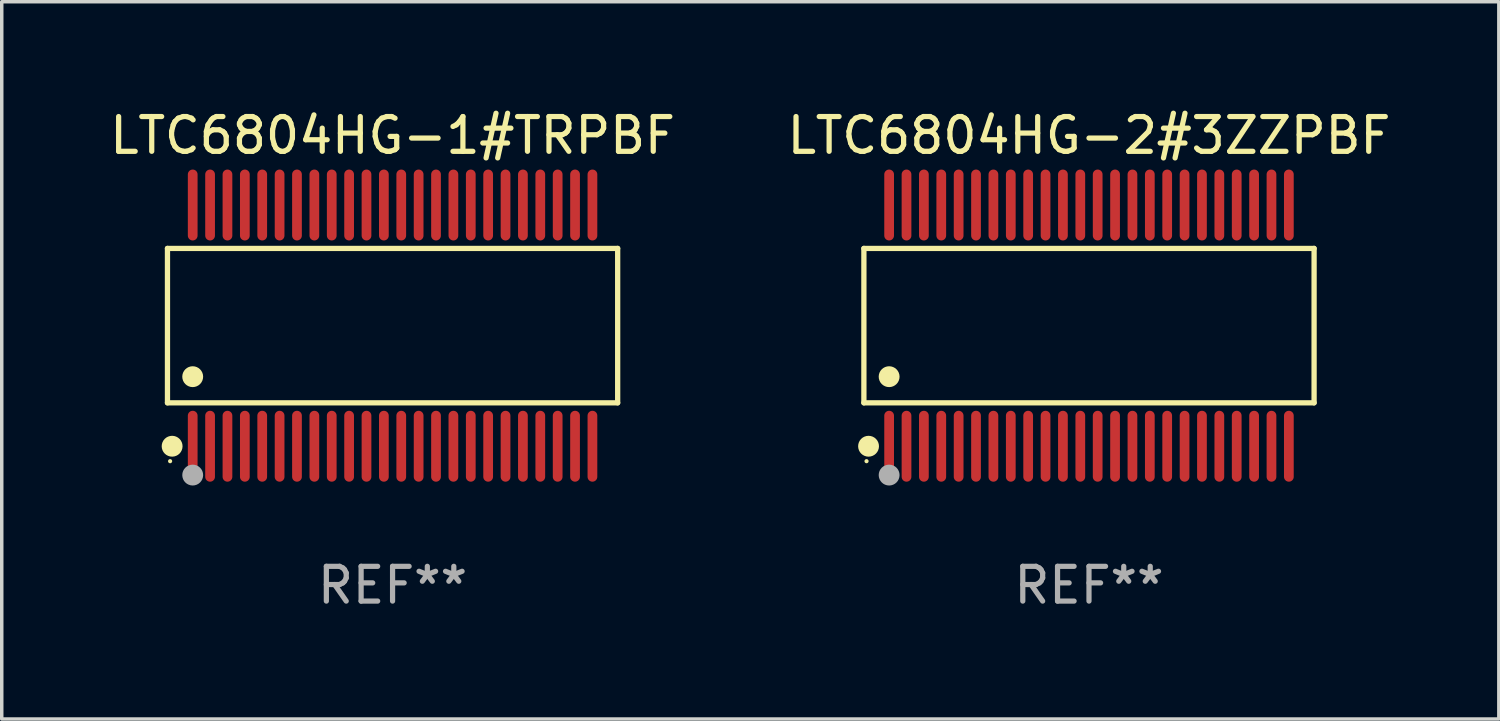
<source format=kicad_pcb>
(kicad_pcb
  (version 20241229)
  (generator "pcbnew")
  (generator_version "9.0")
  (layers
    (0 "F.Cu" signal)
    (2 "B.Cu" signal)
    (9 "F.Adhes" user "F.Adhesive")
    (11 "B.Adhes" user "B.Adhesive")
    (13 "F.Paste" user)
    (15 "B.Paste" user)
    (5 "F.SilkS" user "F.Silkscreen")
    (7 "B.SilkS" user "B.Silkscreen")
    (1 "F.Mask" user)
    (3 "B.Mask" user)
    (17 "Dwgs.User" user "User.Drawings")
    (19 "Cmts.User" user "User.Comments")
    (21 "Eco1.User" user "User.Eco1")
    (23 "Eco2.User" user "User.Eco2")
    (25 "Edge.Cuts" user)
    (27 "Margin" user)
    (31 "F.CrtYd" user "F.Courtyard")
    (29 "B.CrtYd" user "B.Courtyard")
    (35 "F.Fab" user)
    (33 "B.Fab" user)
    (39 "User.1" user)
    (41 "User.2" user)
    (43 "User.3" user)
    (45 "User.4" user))
  (footprint "LTC6804HG-2#3ZZPBF"
    (layer "F.Cu")
    (at 28.28 6.318)
    (property "Reference" "LTC6804HG-2#3ZZPBF" (at 0 -5.47 0) (layer "F.SilkS") (effects (font (size 1 1) (thickness 0.15))))
    (attr through_hole)
    (fp_line (start -6.476 -2.221) (end 6.476 -2.221) (stroke (width 0.152) (type solid)) (layer "F.SilkS"))
    (fp_line (start -6.476 2.221) (end -6.476 -2.221) (stroke (width 0.152) (type solid)) (layer "F.SilkS"))
    (fp_line (start 6.476 -2.221) (end 6.476 2.221) (stroke (width 0.152) (type solid)) (layer "F.SilkS"))
    (fp_line (start 6.476 2.221) (end -6.476 2.221) (stroke (width 0.152) (type solid)) (layer "F.SilkS"))
    (fp_circle (center -6.4 3.9) (end -6.37 3.9) (stroke (width 0.06) (type solid)) (fill no) (layer "F.SilkS"))
    (fp_circle (center -6.342 3.47) (end -6.192 3.47) (stroke (width 0.3) (type solid)) (fill no) (layer "F.SilkS"))
    (fp_circle (center -5.75 1.469) (end -5.6 1.469) (stroke (width 0.3) (type solid)) (fill no) (layer "F.SilkS"))
    (fp_circle (center -5.75 4.3) (end -5.6 4.3) (stroke (width 0.3) (type solid)) (fill no) (layer "F.Fab"))
    (fp_text user "REF**" (at 0 7.47 0) (layer "F.Fab") (effects (font (size 1 1) (thickness 0.15))))
    (pad "1" smd oval (at -5.75 3.47) (size 0.28 2.04) (layers "F.Cu" "F.Mask" "F.Paste"))
    (pad "2" smd oval (at -5.25 3.47) (size 0.28 2.04) (layers "F.Cu" "F.Mask" "F.Paste"))
    (pad "3" smd oval (at -4.75 3.47) (size 0.28 2.04) (layers "F.Cu" "F.Mask" "F.Paste"))
    (pad "4" smd oval (at -4.25 3.47) (size 0.28 2.04) (layers "F.Cu" "F.Mask" "F.Paste"))
    (pad "5" smd oval (at -3.75 3.47) (size 0.28 2.04) (layers "F.Cu" "F.Mask" "F.Paste"))
    (pad "6" smd oval (at -3.25 3.47) (size 0.28 2.04) (layers "F.Cu" "F.Mask" "F.Paste"))
    (pad "7" smd oval (at -2.75 3.47) (size 0.28 2.04) (layers "F.Cu" "F.Mask" "F.Paste"))
    (pad "8" smd oval (at -2.25 3.47) (size 0.28 2.04) (layers "F.Cu" "F.Mask" "F.Paste"))
    (pad "9" smd oval (at -1.75 3.47) (size 0.28 2.04) (layers "F.Cu" "F.Mask" "F.Paste"))
    (pad "10" smd oval (at -1.25 3.47) (size 0.28 2.04) (layers "F.Cu" "F.Mask" "F.Paste"))
    (pad "11" smd oval (at -0.75 3.47) (size 0.28 2.04) (layers "F.Cu" "F.Mask" "F.Paste"))
    (pad "12" smd oval (at -0.25 3.47) (size 0.28 2.04) (layers "F.Cu" "F.Mask" "F.Paste"))
    (pad "13" smd oval (at 0.25 3.47) (size 0.28 2.04) (layers "F.Cu" "F.Mask" "F.Paste"))
    (pad "14" smd oval (at 0.75 3.47) (size 0.28 2.04) (layers "F.Cu" "F.Mask" "F.Paste"))
    (pad "15" smd oval (at 1.25 3.47) (size 0.28 2.04) (layers "F.Cu" "F.Mask" "F.Paste"))
    (pad "16" smd oval (at 1.75 3.47) (size 0.28 2.04) (layers "F.Cu" "F.Mask" "F.Paste"))
    (pad "17" smd oval (at 2.25 3.47) (size 0.28 2.04) (layers "F.Cu" "F.Mask" "F.Paste"))
    (pad "18" smd oval (at 2.75 3.47) (size 0.28 2.04) (layers "F.Cu" "F.Mask" "F.Paste"))
    (pad "19" smd oval (at 3.25 3.47) (size 0.28 2.04) (layers "F.Cu" "F.Mask" "F.Paste"))
    (pad "20" smd oval (at 3.75 3.47) (size 0.28 2.04) (layers "F.Cu" "F.Mask" "F.Paste"))
    (pad "21" smd oval (at 4.25 3.47) (size 0.28 2.04) (layers "F.Cu" "F.Mask" "F.Paste"))
    (pad "22" smd oval (at 4.75 3.47) (size 0.28 2.04) (layers "F.Cu" "F.Mask" "F.Paste"))
    (pad "23" smd oval (at 5.25 3.47) (size 0.28 2.04) (layers "F.Cu" "F.Mask" "F.Paste"))
    (pad "24" smd oval (at 5.75 3.47) (size 0.28 2.04) (layers "F.Cu" "F.Mask" "F.Paste"))
    (pad "25" smd oval (at 5.75 -3.47) (size 0.28 2.04) (layers "F.Cu" "F.Mask" "F.Paste"))
    (pad "26" smd oval (at 5.25 -3.47) (size 0.28 2.04) (layers "F.Cu" "F.Mask" "F.Paste"))
    (pad "27" smd oval (at 4.75 -3.47) (size 0.28 2.04) (layers "F.Cu" "F.Mask" "F.Paste"))
    (pad "28" smd oval (at 4.25 -3.47) (size 0.28 2.04) (layers "F.Cu" "F.Mask" "F.Paste"))
    (pad "29" smd oval (at 3.75 -3.47) (size 0.28 2.04) (layers "F.Cu" "F.Mask" "F.Paste"))
    (pad "30" smd oval (at 3.25 -3.47) (size 0.28 2.04) (layers "F.Cu" "F.Mask" "F.Paste"))
    (pad "31" smd oval (at 2.75 -3.47) (size 0.28 2.04) (layers "F.Cu" "F.Mask" "F.Paste"))
    (pad "32" smd oval (at 2.25 -3.47) (size 0.28 2.04) (layers "F.Cu" "F.Mask" "F.Paste"))
    (pad "33" smd oval (at 1.75 -3.47) (size 0.28 2.04) (layers "F.Cu" "F.Mask" "F.Paste"))
    (pad "34" smd oval (at 1.25 -3.47) (size 0.28 2.04) (layers "F.Cu" "F.Mask" "F.Paste"))
    (pad "35" smd oval (at 0.75 -3.47) (size 0.28 2.04) (layers "F.Cu" "F.Mask" "F.Paste"))
    (pad "36" smd oval (at 0.25 -3.47) (size 0.28 2.04) (layers "F.Cu" "F.Mask" "F.Paste"))
    (pad "37" smd oval (at -0.25 -3.47) (size 0.28 2.04) (layers "F.Cu" "F.Mask" "F.Paste"))
    (pad "38" smd oval (at -0.75 -3.47) (size 0.28 2.04) (layers "F.Cu" "F.Mask" "F.Paste"))
    (pad "39" smd oval (at -1.25 -3.47) (size 0.28 2.04) (layers "F.Cu" "F.Mask" "F.Paste"))
    (pad "40" smd oval (at -1.75 -3.47) (size 0.28 2.04) (layers "F.Cu" "F.Mask" "F.Paste"))
    (pad "41" smd oval (at -2.25 -3.47) (size 0.28 2.04) (layers "F.Cu" "F.Mask" "F.Paste"))
    (pad "42" smd oval (at -2.75 -3.47) (size 0.28 2.04) (layers "F.Cu" "F.Mask" "F.Paste"))
    (pad "43" smd oval (at -3.25 -3.47) (size 0.28 2.04) (layers "F.Cu" "F.Mask" "F.Paste"))
    (pad "44" smd oval (at -3.75 -3.47) (size 0.28 2.04) (layers "F.Cu" "F.Mask" "F.Paste"))
    (pad "45" smd oval (at -4.25 -3.47) (size 0.28 2.04) (layers "F.Cu" "F.Mask" "F.Paste"))
    (pad "46" smd oval (at -4.75 -3.47) (size 0.28 2.04) (layers "F.Cu" "F.Mask" "F.Paste"))
    (pad "47" smd oval (at -5.25 -3.47) (size 0.28 2.04) (layers "F.Cu" "F.Mask" "F.Paste"))
    (pad "48" smd oval (at -5.75 -3.47) (size 0.28 2.04) (layers "F.Cu" "F.Mask" "F.Paste")))
  (footprint "LTC6804HG-1#TRPBF"
    (layer "F.Cu")
    (at 8.244 6.318)
    (property "Reference" "LTC6804HG-1#TRPBF" (at 0 -5.47 0) (layer "F.SilkS") (effects (font (size 1 1) (thickness 0.15))))
    (attr through_hole)
    (fp_line (start -6.476 -2.221) (end 6.476 -2.221) (stroke (width 0.152) (type solid)) (layer "F.SilkS"))
    (fp_line (start -6.476 2.221) (end -6.476 -2.221) (stroke (width 0.152) (type solid)) (layer "F.SilkS"))
    (fp_line (start 6.476 -2.221) (end 6.476 2.221) (stroke (width 0.152) (type solid)) (layer "F.SilkS"))
    (fp_line (start 6.476 2.221) (end -6.476 2.221) (stroke (width 0.152) (type solid)) (layer "F.SilkS"))
    (fp_circle (center -6.4 3.9) (end -6.37 3.9) (stroke (width 0.06) (type solid)) (fill no) (layer "F.SilkS"))
    (fp_circle (center -6.342 3.47) (end -6.192 3.47) (stroke (width 0.3) (type solid)) (fill no) (layer "F.SilkS"))
    (fp_circle (center -5.75 1.469) (end -5.6 1.469) (stroke (width 0.3) (type solid)) (fill no) (layer "F.SilkS"))
    (fp_circle (center -5.75 4.3) (end -5.6 4.3) (stroke (width 0.3) (type solid)) (fill no) (layer "F.Fab"))
    (fp_text user "REF**" (at 0 7.47 0) (layer "F.Fab") (effects (font (size 1 1) (thickness 0.15))))
    (pad "1" smd oval (at -5.75 3.47) (size 0.28 2.04) (layers "F.Cu" "F.Mask" "F.Paste"))
    (pad "2" smd oval (at -5.25 3.47) (size 0.28 2.04) (layers "F.Cu" "F.Mask" "F.Paste"))
    (pad "3" smd oval (at -4.75 3.47) (size 0.28 2.04) (layers "F.Cu" "F.Mask" "F.Paste"))
    (pad "4" smd oval (at -4.25 3.47) (size 0.28 2.04) (layers "F.Cu" "F.Mask" "F.Paste"))
    (pad "5" smd oval (at -3.75 3.47) (size 0.28 2.04) (layers "F.Cu" "F.Mask" "F.Paste"))
    (pad "6" smd oval (at -3.25 3.47) (size 0.28 2.04) (layers "F.Cu" "F.Mask" "F.Paste"))
    (pad "7" smd oval (at -2.75 3.47) (size 0.28 2.04) (layers "F.Cu" "F.Mask" "F.Paste"))
    (pad "8" smd oval (at -2.25 3.47) (size 0.28 2.04) (layers "F.Cu" "F.Mask" "F.Paste"))
    (pad "9" smd oval (at -1.75 3.47) (size 0.28 2.04) (layers "F.Cu" "F.Mask" "F.Paste"))
    (pad "10" smd oval (at -1.25 3.47) (size 0.28 2.04) (layers "F.Cu" "F.Mask" "F.Paste"))
    (pad "11" smd oval (at -0.75 3.47) (size 0.28 2.04) (layers "F.Cu" "F.Mask" "F.Paste"))
    (pad "12" smd oval (at -0.25 3.47) (size 0.28 2.04) (layers "F.Cu" "F.Mask" "F.Paste"))
    (pad "13" smd oval (at 0.25 3.47) (size 0.28 2.04) (layers "F.Cu" "F.Mask" "F.Paste"))
    (pad "14" smd oval (at 0.75 3.47) (size 0.28 2.04) (layers "F.Cu" "F.Mask" "F.Paste"))
    (pad "15" smd oval (at 1.25 3.47) (size 0.28 2.04) (layers "F.Cu" "F.Mask" "F.Paste"))
    (pad "16" smd oval (at 1.75 3.47) (size 0.28 2.04) (layers "F.Cu" "F.Mask" "F.Paste"))
    (pad "17" smd oval (at 2.25 3.47) (size 0.28 2.04) (layers "F.Cu" "F.Mask" "F.Paste"))
    (pad "18" smd oval (at 2.75 3.47) (size 0.28 2.04) (layers "F.Cu" "F.Mask" "F.Paste"))
    (pad "19" smd oval (at 3.25 3.47) (size 0.28 2.04) (layers "F.Cu" "F.Mask" "F.Paste"))
    (pad "20" smd oval (at 3.75 3.47) (size 0.28 2.04) (layers "F.Cu" "F.Mask" "F.Paste"))
    (pad "21" smd oval (at 4.25 3.47) (size 0.28 2.04) (layers "F.Cu" "F.Mask" "F.Paste"))
    (pad "22" smd oval (at 4.75 3.47) (size 0.28 2.04) (layers "F.Cu" "F.Mask" "F.Paste"))
    (pad "23" smd oval (at 5.25 3.47) (size 0.28 2.04) (layers "F.Cu" "F.Mask" "F.Paste"))
    (pad "24" smd oval (at 5.75 3.47) (size 0.28 2.04) (layers "F.Cu" "F.Mask" "F.Paste"))
    (pad "25" smd oval (at 5.75 -3.47) (size 0.28 2.04) (layers "F.Cu" "F.Mask" "F.Paste"))
    (pad "26" smd oval (at 5.25 -3.47) (size 0.28 2.04) (layers "F.Cu" "F.Mask" "F.Paste"))
    (pad "27" smd oval (at 4.75 -3.47) (size 0.28 2.04) (layers "F.Cu" "F.Mask" "F.Paste"))
    (pad "28" smd oval (at 4.25 -3.47) (size 0.28 2.04) (layers "F.Cu" "F.Mask" "F.Paste"))
    (pad "29" smd oval (at 3.75 -3.47) (size 0.28 2.04) (layers "F.Cu" "F.Mask" "F.Paste"))
    (pad "30" smd oval (at 3.25 -3.47) (size 0.28 2.04) (layers "F.Cu" "F.Mask" "F.Paste"))
    (pad "31" smd oval (at 2.75 -3.47) (size 0.28 2.04) (layers "F.Cu" "F.Mask" "F.Paste"))
    (pad "32" smd oval (at 2.25 -3.47) (size 0.28 2.04) (layers "F.Cu" "F.Mask" "F.Paste"))
    (pad "33" smd oval (at 1.75 -3.47) (size 0.28 2.04) (layers "F.Cu" "F.Mask" "F.Paste"))
    (pad "34" smd oval (at 1.25 -3.47) (size 0.28 2.04) (layers "F.Cu" "F.Mask" "F.Paste"))
    (pad "35" smd oval (at 0.75 -3.47) (size 0.28 2.04) (layers "F.Cu" "F.Mask" "F.Paste"))
    (pad "36" smd oval (at 0.25 -3.47) (size 0.28 2.04) (layers "F.Cu" "F.Mask" "F.Paste"))
    (pad "37" smd oval (at -0.25 -3.47) (size 0.28 2.04) (layers "F.Cu" "F.Mask" "F.Paste"))
    (pad "38" smd oval (at -0.75 -3.47) (size 0.28 2.04) (layers "F.Cu" "F.Mask" "F.Paste"))
    (pad "39" smd oval (at -1.25 -3.47) (size 0.28 2.04) (layers "F.Cu" "F.Mask" "F.Paste"))
    (pad "40" smd oval (at -1.75 -3.47) (size 0.28 2.04) (layers "F.Cu" "F.Mask" "F.Paste"))
    (pad "41" smd oval (at -2.25 -3.47) (size 0.28 2.04) (layers "F.Cu" "F.Mask" "F.Paste"))
    (pad "42" smd oval (at -2.75 -3.47) (size 0.28 2.04) (layers "F.Cu" "F.Mask" "F.Paste"))
    (pad "43" smd oval (at -3.25 -3.47) (size 0.28 2.04) (layers "F.Cu" "F.Mask" "F.Paste"))
    (pad "44" smd oval (at -3.75 -3.47) (size 0.28 2.04) (layers "F.Cu" "F.Mask" "F.Paste"))
    (pad "45" smd oval (at -4.25 -3.47) (size 0.28 2.04) (layers "F.Cu" "F.Mask" "F.Paste"))
    (pad "46" smd oval (at -4.75 -3.47) (size 0.28 2.04) (layers "F.Cu" "F.Mask" "F.Paste"))
    (pad "47" smd oval (at -5.25 -3.47) (size 0.28 2.04) (layers "F.Cu" "F.Mask" "F.Paste"))
    (pad "48" smd oval (at -5.75 -3.47) (size 0.28 2.04) (layers "F.Cu" "F.Mask" "F.Paste")))
  (gr_rect
    (start -3 -3)
    (end 40.071 17.636)
    (stroke (width 0.1) (type default))
    (fill no)
    (layer "Edge.Cuts")))
</source>
